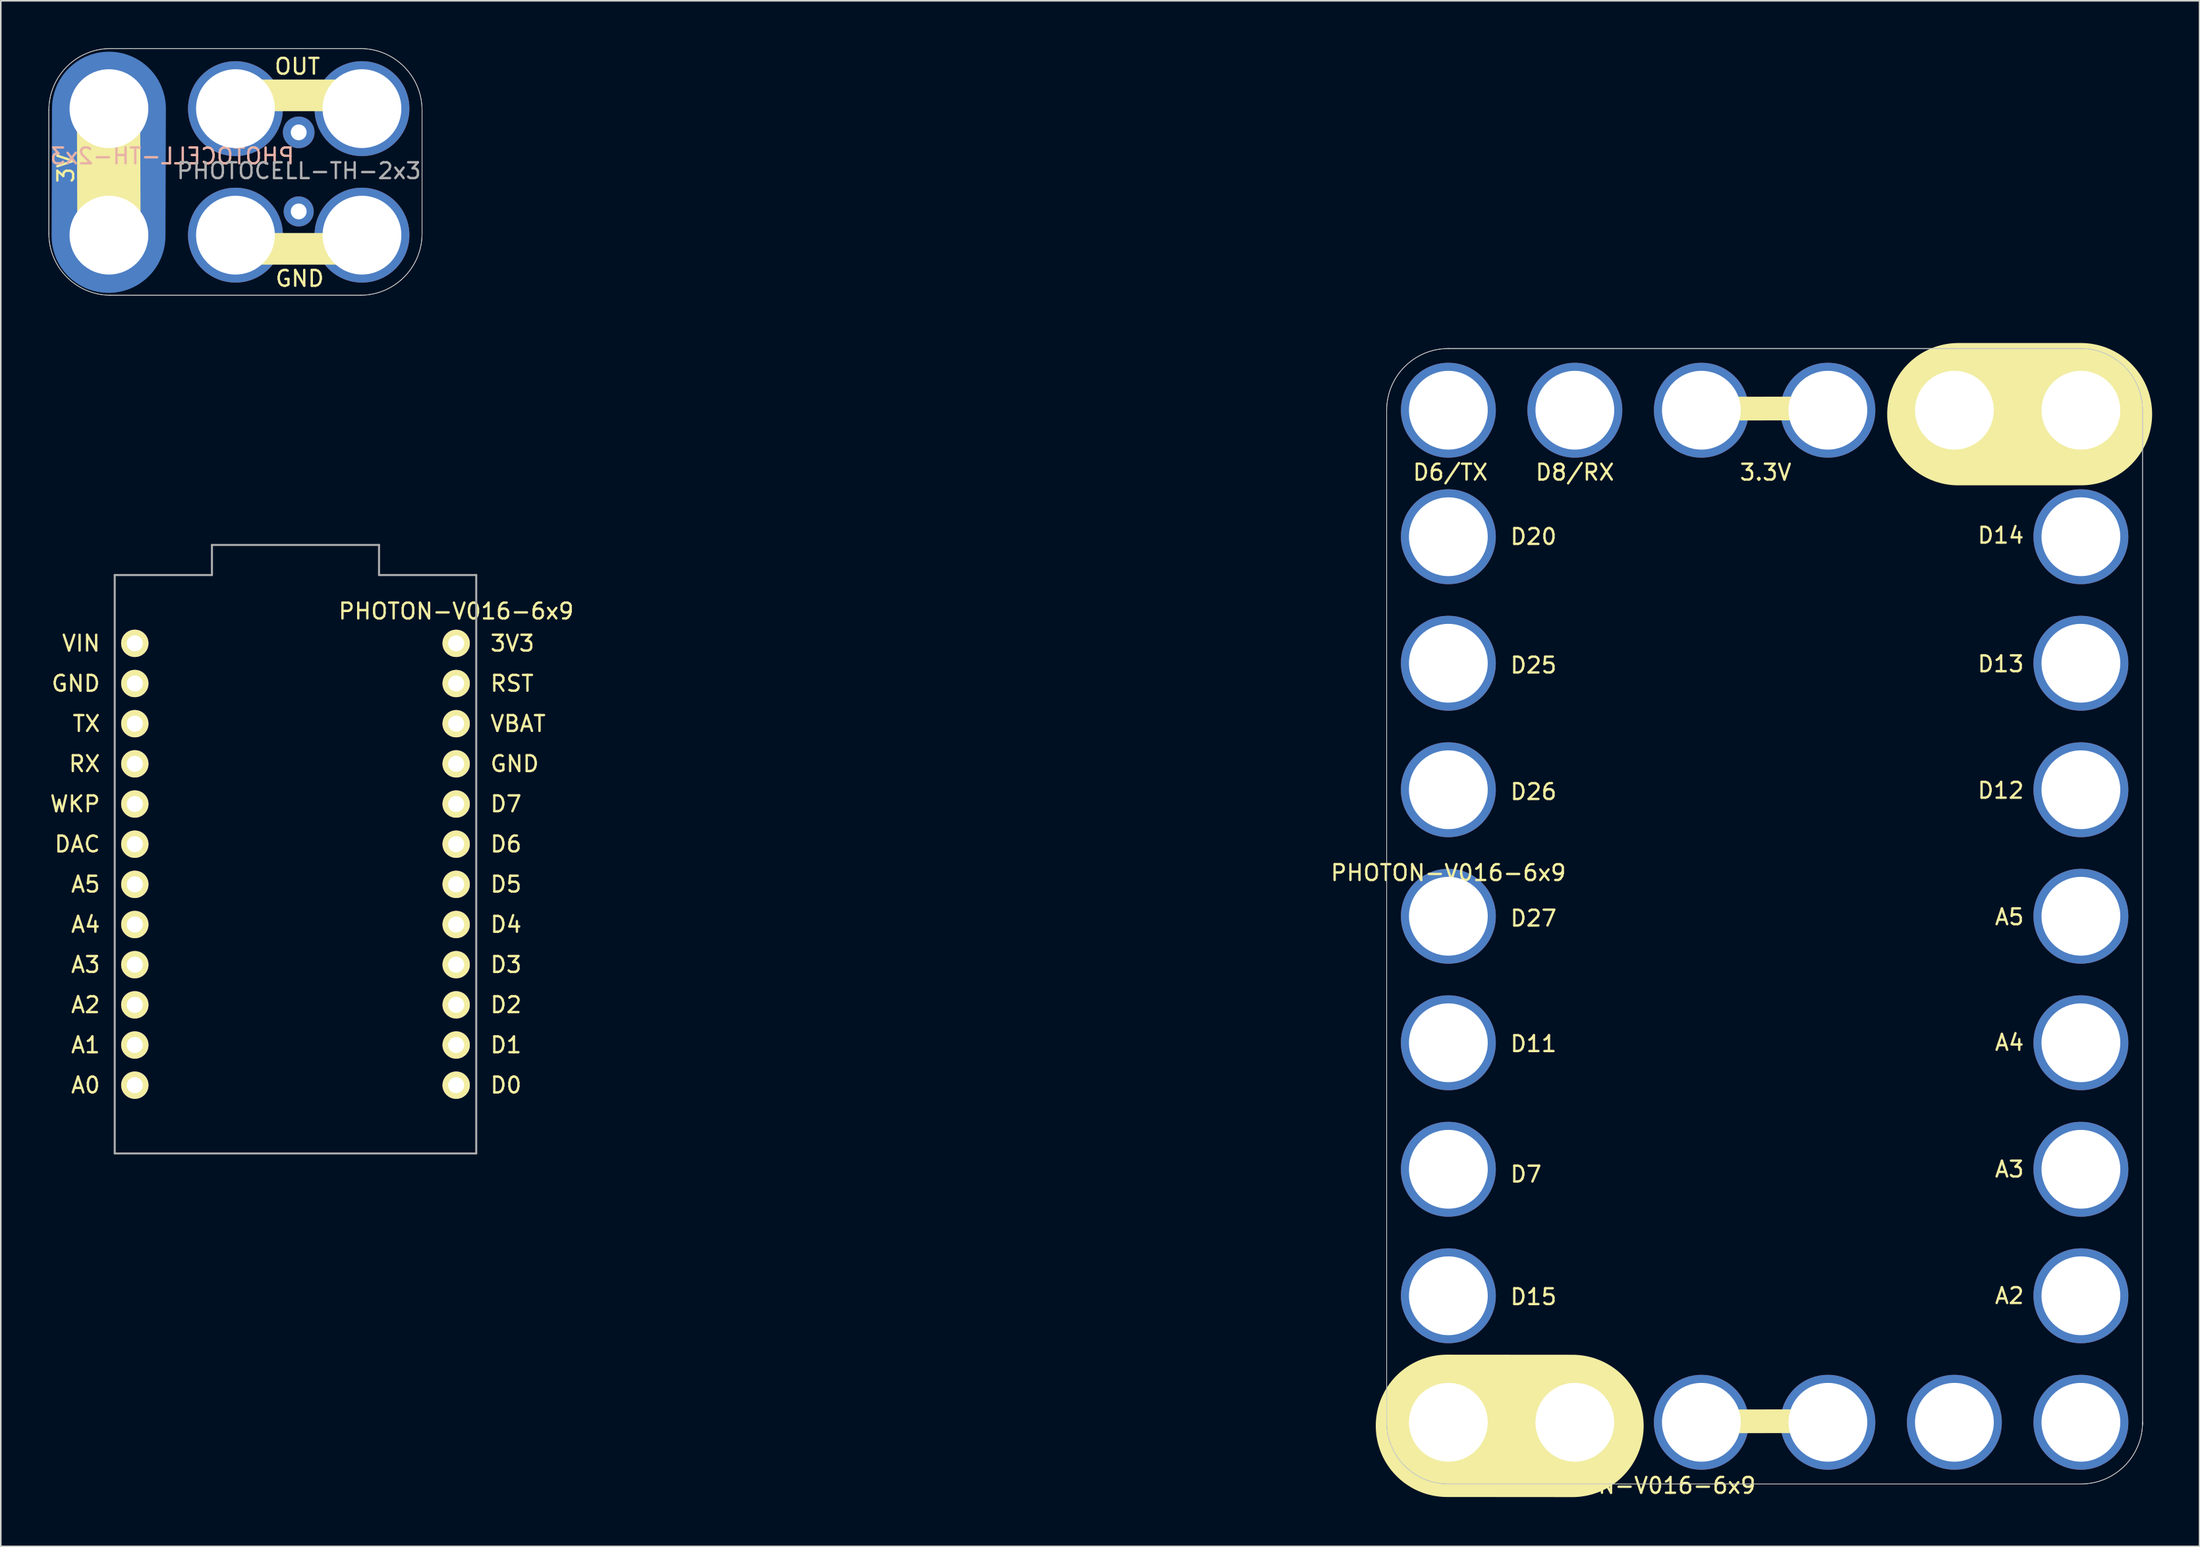
<source format=kicad_pcb>
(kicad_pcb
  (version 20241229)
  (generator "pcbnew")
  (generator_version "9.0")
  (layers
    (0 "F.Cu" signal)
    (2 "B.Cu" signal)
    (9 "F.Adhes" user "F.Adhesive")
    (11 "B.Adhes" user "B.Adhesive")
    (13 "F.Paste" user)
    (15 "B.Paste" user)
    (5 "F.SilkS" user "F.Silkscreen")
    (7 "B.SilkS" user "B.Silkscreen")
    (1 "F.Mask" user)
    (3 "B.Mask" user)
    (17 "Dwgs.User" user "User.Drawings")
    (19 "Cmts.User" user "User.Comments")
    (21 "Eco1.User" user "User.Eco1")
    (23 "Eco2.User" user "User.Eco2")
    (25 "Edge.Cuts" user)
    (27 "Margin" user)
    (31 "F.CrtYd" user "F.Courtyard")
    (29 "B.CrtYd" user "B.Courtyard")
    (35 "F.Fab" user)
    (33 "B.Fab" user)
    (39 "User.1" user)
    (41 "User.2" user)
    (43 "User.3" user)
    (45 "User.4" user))
  (footprint "PHOTOCELL-TH-2x3"
    (layer "F.Cu")
    (at 11.839 11.82)
    (property "Reference" "PHOTOCELL-TH-2x3" (at -4 -5 0) (layer "B.SilkS") (effects (font (size 1 1) (thickness 0.15)) (justify mirror)))
    (attr through_hole)
    (fp_line (start -8.026 0.051) (end -8 -8) (stroke (width 7.2) (type solid)) (layer "B.Cu"))
    (fp_line (start -8.026 -8.026) (end -8 0) (stroke (width 4) (type solid)) (layer "F.SilkS"))
    (fp_line (start 0 -8.839) (end 8.077 -8.839) (stroke (width 2) (type solid)) (layer "F.SilkS"))
    (fp_line (start 0 0.864) (end 8.026 0.864) (stroke (width 2) (type solid)) (layer "F.SilkS"))
    (fp_line (start -11.8 -0.1) (end -11.8 -7.9) (stroke (width 0.041) (type solid)) (layer "Edge.Cuts"))
    (fp_line (start 7.9 -11.8) (end -7.9 -11.8) (stroke (width 0.041) (type solid)) (layer "Edge.Cuts"))
    (fp_line (start 7.9 3.8) (end -7.9 3.8) (stroke (width 0.041) (type solid)) (layer "Edge.Cuts"))
    (fp_line (start 11.8 -0.1) (end 11.8 -7.9) (stroke (width 0.041) (type solid)) (layer "Edge.Cuts"))
    (fp_arc (start -11.8 -7.9) (mid -10.657716 -10.657716) (end -7.9 -11.8) (stroke (width 0.04064) (type solid)) (layer "Edge.Cuts"))
    (fp_arc (start -7.9 3.8) (mid -10.657716 2.657716) (end -11.8 -0.1) (stroke (width 0.04064) (type solid)) (layer "Edge.Cuts"))
    (fp_arc (start 7.9 -11.8) (mid 10.657716 -10.657716) (end 11.8 -7.9) (stroke (width 0.04064) (type solid)) (layer "Edge.Cuts"))
    (fp_arc (start 11.8 -0.1) (mid 10.657716 2.657716) (end 7.9 3.8) (stroke (width 0.04064) (type solid)) (layer "Edge.Cuts"))
    (fp_line (start -11.8 -0.1) (end -11.8 -7.9) (stroke (width 0.041) (type solid)) (layer "F.Fab"))
    (fp_line (start 7.9 -11.8) (end -7.9 -11.8) (stroke (width 0.041) (type solid)) (layer "F.Fab"))
    (fp_line (start 7.9 3.8) (end -7.9 3.8) (stroke (width 0.041) (type solid)) (layer "F.Fab"))
    (fp_line (start 11.8 -0.1) (end 11.8 -7.9) (stroke (width 0.041) (type solid)) (layer "F.Fab"))
    (fp_arc (start -11.8 -7.9) (mid -10.657716 -10.657716) (end -7.9 -11.8) (stroke (width 0.04064) (type solid)) (layer "F.Fab"))
    (fp_arc (start -7.9 3.8) (mid -10.657716 2.657716) (end -11.8 -0.1) (stroke (width 0.04064) (type solid)) (layer "F.Fab"))
    (fp_arc (start 7.9 -11.8) (mid 10.657716 -10.657716) (end 11.8 -7.9) (stroke (width 0.04064) (type solid)) (layer "F.Fab"))
    (fp_arc (start 11.8 -0.1) (mid 10.657716 2.657716) (end 7.9 3.8) (stroke (width 0.04064) (type solid)) (layer "F.Fab"))
    (fp_text user "OUT" (at 3.912 -10.668 0) (layer "F.SilkS") (effects (font (size 1 1) (thickness 0.15))))
    (fp_text user "3V" (at -10.719 -4.216 270) (layer "F.SilkS") (effects (font (size 1 1) (thickness 0.15))))
    (fp_text user "GND" (at 4.064 2.743 0) (layer "F.SilkS") (effects (font (size 1 1) (thickness 0.15))))
    (fp_text user "${REFERENCE}" (at 4.013 -4.064 0) (layer "F.Fab") (effects (font (size 1 1) (thickness 0.15))))
    (pad "+" thru_hole circle (at 4 -6.5) (size 2 2) (drill 1.001) (layers "*.Cu" "B.Mask"))
    (pad "2" thru_hole circle (at 0 -8) (size 6 6) (drill 4.98) (layers "*.Cu" "B.Mask"))
    (pad "2" thru_hole circle (at 8 -8) (size 6 6) (drill 4.98) (layers "*.Cu" "F.Mask"))
    (pad "3V" thru_hole circle (at -8 -8) (size 6 6) (drill 4.98) (layers "*.Cu" "B.Mask"))
    (pad "3V" thru_hole circle (at -8 0) (size 6 6) (drill 4.98) (layers "*.Cu" "B.Mask"))
    (pad "GND" thru_hole circle (at 0 0) (size 6 6) (drill 4.98) (layers "*.Cu" "B.Mask"))
    (pad "GND" thru_hole circle (at 4 -1.5 270) (size 1.9 1.9) (drill 1.001) (layers "*.Cu" "B.Mask"))
    (pad "GND" thru_hole circle (at 8 0) (size 6 6) (drill 4.98) (layers "*.Cu" "F.Mask")))
  (footprint "PHOTON-V016-6x9"
    (layer "F.Cu")
    (at 15.635 69.891)
    (property "Reference" "PHOTON-V016-6x9" (at 84.9 21 0) (layer "F.SilkS") (effects (font (size 1 1) (thickness 0.15))))
    (attr through_hole)
    (fp_line (start 80.75 17.23) (end 72.81 17.224) (stroke (width 9) (type solid)) (layer "F.SilkS"))
    (fp_line (start 88.37 -47.1) (end 97.09 -47.11) (stroke (width 1.5) (type solid)) (layer "F.SilkS"))
    (fp_line (start 88.59 16.94) (end 97.31 16.93) (stroke (width 1.5) (type solid)) (layer "F.SilkS"))
    (fp_line (start 105.15 -46.75) (end 112.904 -46.75) (stroke (width 9) (type solid)) (layer "F.SilkS"))
    (fp_line (start 69 -47.1) (end 69 17) (stroke (width 0.041) (type solid)) (layer "Edge.Cuts"))
    (fp_line (start 72.9 20.9) (end 112.9 20.9) (stroke (width 0.041) (type solid)) (layer "Edge.Cuts"))
    (fp_line (start 112.9 -50.9) (end 72.9 -50.9) (stroke (width 0.041) (type solid)) (layer "Edge.Cuts"))
    (fp_line (start 116.8 17.1) (end 116.8 -47) (stroke (width 0.041) (type solid)) (layer "Edge.Cuts"))
    (fp_arc (start 69 -47) (mid 70.142284 -49.757716) (end 72.9 -50.9) (stroke (width 0.04064) (type solid)) (layer "Edge.Cuts"))
    (fp_arc (start 72.9 20.9) (mid 70.144691 19.760122) (end 69.000006 17.006807) (stroke (width 0.04064) (type solid)) (layer "Edge.Cuts"))
    (fp_arc (start 112.9 -50.9) (mid 115.655309 -49.760122) (end 116.799994 -47.006807) (stroke (width 0.04064) (type solid)) (layer "Edge.Cuts"))
    (fp_arc (start 116.8 17) (mid 115.657716 19.757716) (end 112.9 20.9) (stroke (width 0.04064) (type solid)) (layer "Edge.Cuts"))
    (fp_line (start -11.43 0) (end -11.43 -36.576) (stroke (width 0.127) (type solid)) (layer "F.Fab"))
    (fp_line (start -11.43 0) (end 11.43 0) (stroke (width 0.127) (type solid)) (layer "F.Fab"))
    (fp_line (start -5.283 -36.576) (end -11.43 -36.576) (stroke (width 0.127) (type solid)) (layer "F.Fab"))
    (fp_line (start -5.283 -36.576) (end -5.283 -38.481) (stroke (width 0.127) (type solid)) (layer "F.Fab"))
    (fp_line (start 5.283 -38.481) (end -5.283 -38.481) (stroke (width 0.127) (type solid)) (layer "F.Fab"))
    (fp_line (start 5.283 -36.576) (end 5.283 -38.481) (stroke (width 0.127) (type solid)) (layer "F.Fab"))
    (fp_line (start 5.283 -36.576) (end 11.43 -36.576) (stroke (width 0.127) (type solid)) (layer "F.Fab"))
    (fp_line (start 11.43 0) (end 11.43 -36.576) (stroke (width 0.127) (type solid)) (layer "F.Fab"))
    (fp_line (start 69 -47) (end 69 17) (stroke (width 0.041) (type solid)) (layer "F.Fab"))
    (fp_line (start 72.9 20.9) (end 112.9 20.9) (stroke (width 0.041) (type solid)) (layer "F.Fab"))
    (fp_line (start 112.9 -50.9) (end 72.9 -50.9) (stroke (width 0.041) (type solid)) (layer "F.Fab"))
    (fp_line (start 116.8 17.2) (end 116.8 -47) (stroke (width 0.041) (type solid)) (layer "F.Fab"))
    (fp_arc (start 69 -47) (mid 70.142284 -49.757716) (end 72.9 -50.9) (stroke (width 0.04064) (type solid)) (layer "F.Fab"))
    (fp_arc (start 72.9 20.9) (mid 70.144691 19.760122) (end 69.000006 17.006807) (stroke (width 0.04064) (type solid)) (layer "F.Fab"))
    (fp_arc (start 112.9 -50.9) (mid 115.655309 -49.760122) (end 116.799994 -47.006807) (stroke (width 0.04064) (type solid)) (layer "F.Fab"))
    (fp_arc (start 116.8 17) (mid 115.657716 19.757716) (end 112.9 20.9) (stroke (width 0.04064) (type solid)) (layer "F.Fab"))
    (fp_text user "A4" (at 108.381 -7.014 0) (layer "F.SilkS") (effects (font (size 1 1) (thickness 0.15))))
    (fp_text user "A5" (at -13.272 -17.018 0) (layer "F.SilkS") (effects (font (size 1 1) (thickness 0.15))))
    (fp_text user "D25" (at 78.286 -30.873 0) (layer "F.SilkS") (effects (font (size 1 1) (thickness 0.15))))
    (fp_text user "D26" (at 78.286 -22.873 0) (layer "F.SilkS") (effects (font (size 1 1) (thickness 0.15))))
    (fp_text user "D14" (at 107.833 -39.084 0) (layer "F.SilkS") (effects (font (size 1 1) (thickness 0.15))))
    (fp_text user "D7" (at 13.311 -22.098 0) (layer "F.SilkS") (effects (font (size 1 1) (thickness 0.15))))
    (fp_text user "D3" (at 13.311 -11.938 0) (layer "F.SilkS") (effects (font (size 1 1) (thickness 0.15))))
    (fp_text user "A2" (at 108.381 9 0) (layer "F.SilkS") (effects (font (size 1 1) (thickness 0.15))))
    (fp_text user "D0" (at 13.311 -4.318 0) (layer "F.SilkS") (effects (font (size 1 1) (thickness 0.15))))
    (fp_text user "D11" (at 78.286 -6.933 0) (layer "F.SilkS") (effects (font (size 1 1) (thickness 0.15))))
    (fp_text user "A2" (at -13.272 -9.398 0) (layer "F.SilkS") (effects (font (size 1 1) (thickness 0.15))))
    (fp_text user "VBAT" (at 14.073 -27.178 0) (layer "F.SilkS") (effects (font (size 1 1) (thickness 0.15))))
    (fp_text user "${REFERENCE}" (at 72.9 -17.75 0) (layer "F.SilkS") (effects (font (size 1 1) (thickness 0.15))))
    (fp_text user "D4" (at 13.311 -14.478 0) (layer "F.SilkS") (effects (font (size 1 1) (thickness 0.15))))
    (fp_text user "RST" (at 13.692 -29.718 0) (layer "F.SilkS") (effects (font (size 1 1) (thickness 0.15))))
    (fp_text user "D6" (at 13.311 -19.558 0) (layer "F.SilkS") (effects (font (size 1 1) (thickness 0.15))))
    (fp_text user "DAC" (at -13.796 -19.558 0) (layer "F.SilkS") (effects (font (size 1 1) (thickness 0.15))))
    (fp_text user "D12" (at 107.833 -22.954 0) (layer "F.SilkS") (effects (font (size 1 1) (thickness 0.15))))
    (fp_text user "A1" (at -13.272 -6.858 0) (layer "F.SilkS") (effects (font (size 1 1) (thickness 0.15))))
    (fp_text user "D20" (at 78.286 -39.003 0) (layer "F.SilkS") (effects (font (size 1 1) (thickness 0.15))))
    (fp_text user "D8/RX" (at 80.901 -43.072 0) (layer "F.SilkS") (effects (font (size 1 1) (thickness 0.15))))
    (fp_text user "D6/TX" (at 73.027 -43.072 0) (layer "F.SilkS") (effects (font (size 1 1) (thickness 0.15))))
    (fp_text user "D7" (at 77.81 1.317 0) (layer "F.SilkS") (effects (font (size 1 1) (thickness 0.15))))
    (fp_text user "A5" (at 108.381 -14.954 0) (layer "F.SilkS") (effects (font (size 1 1) (thickness 0.15))))
    (fp_text user "A4" (at -13.272 -14.478 0) (layer "F.SilkS") (effects (font (size 1 1) (thickness 0.15))))
    (fp_text user "D2" (at 13.311 -9.398 0) (layer "F.SilkS") (effects (font (size 1 1) (thickness 0.15))))
    (fp_text user "GND" (at -13.891 -29.718 0) (layer "F.SilkS") (effects (font (size 1 1) (thickness 0.15))))
    (fp_text user "3.3V" (at 92.963 -43.072 180) (layer "F.SilkS") (effects (font (size 1 1) (thickness 0.15))))
    (fp_text user "D5" (at 13.311 -17.018 0) (layer "F.SilkS") (effects (font (size 1 1) (thickness 0.15))))
    (fp_text user "TX" (at -13.224 -27.178 0) (layer "F.SilkS") (effects (font (size 1 1) (thickness 0.15))))
    (fp_text user "VIN" (at -13.557 -32.258 0) (layer "F.SilkS") (effects (font (size 1 1) (thickness 0.15))))
    (fp_text user "A3" (at 108.381 1 0) (layer "F.SilkS") (effects (font (size 1 1) (thickness 0.15))))
    (fp_text user "A0" (at -13.272 -4.318 0) (layer "F.SilkS") (effects (font (size 1 1) (thickness 0.15))))
    (fp_text user "WKP" (at -13.938 -22.098 0) (layer "F.SilkS") (effects (font (size 1 1) (thickness 0.15))))
    (fp_text user "${REFERENCE}" (at 10.16 -34.29 0) (layer "F.SilkS") (effects (font (size 1 1) (thickness 0.15))))
    (fp_text user "3V3" (at 13.716 -32.258 0) (layer "F.SilkS") (effects (font (size 1 1) (thickness 0.15))))
    (fp_text user "D13" (at 107.833 -30.954 0) (layer "F.SilkS") (effects (font (size 1 1) (thickness 0.15))))
    (fp_text user "RX" (at -13.343 -24.638 0) (layer "F.SilkS") (effects (font (size 1 1) (thickness 0.15))))
    (fp_text user "D15" (at 78.286 9.067 0) (layer "F.SilkS") (effects (font (size 1 1) (thickness 0.15))))
    (fp_text user "GND" (at 13.859 -24.638 0) (layer "F.SilkS") (effects (font (size 1 1) (thickness 0.15))))
    (fp_text user "D1" (at 13.311 -6.858 0) (layer "F.SilkS") (effects (font (size 1 1) (thickness 0.15))))
    (fp_text user "D27" (at 78.286 -14.873 0) (layer "F.SilkS") (effects (font (size 1 1) (thickness 0.15))))
    (fp_text user "A3" (at -13.272 -11.938 0) (layer "F.SilkS") (effects (font (size 1 1) (thickness 0.15))))
    (pad "2" thru_hole circle (at 72.9 -31 90) (size 6 6) (drill 4.98) (layers "*.Cu" "*.Mask"))
    (pad "3" thru_hole circle (at 72.9 -23 90) (size 6 6) (drill 4.98) (layers "*.Cu" "*.Mask"))
    (pad "3V" thru_hole circle (at 88.9 -47 90) (size 6 6) (drill 4.98) (layers "*.Cu" "*.Mask"))
    (pad "3V" thru_hole circle (at 88.9 17 90) (size 6 6) (drill 4.98) (layers "*.Cu" "*.Mask"))
    (pad "3V" thru_hole circle (at 96.9 -47 90) (size 6 6) (drill 4.98) (layers "*.Cu" "*.Mask"))
    (pad "3V" thru_hole circle (at 96.9 17 90) (size 6 6) (drill 4.98) (layers "*.Cu" "*.Mask"))
    (pad "3V3" thru_hole circle (at 10.16 -32.258) (size 1.727 1.727) (drill 1.016) (layers "*.Cu" "*.Mask" "F.SilkS"))
    (pad "4" thru_hole circle (at 72.901 -15 90) (size 6 6) (drill 4.98) (layers "*.Cu" "*.Mask"))
    (pad "5" thru_hole circle (at 112.9 -7 90) (size 6 6) (drill 4.98) (layers "*.Cu" "*.Mask"))
    (pad "6" thru_hole circle (at 112.9 -15 90) (size 6 6) (drill 4.98) (layers "*.Cu" "*.Mask"))
    (pad "15" thru_hole circle (at 112.9 17 90) (size 6 6) (drill 4.98) (layers "*.Cu" "*.Mask"))
    (pad "17" thru_hole circle (at 112.9 9 90) (size 6 6) (drill 4.98) (layers "*.Cu" "*.Mask"))
    (pad "18" thru_hole circle (at 112.9 1 90) (size 6 6) (drill 4.98) (layers "*.Cu" "*.Mask"))
    (pad "19" thru_hole circle (at 72.901 -47 90) (size 6 6) (drill 4.98) (layers "*.Cu" "*.Mask"))
    (pad "20" thru_hole circle (at 72.901 1 90) (size 6 6) (drill 4.98) (layers "*.Cu" "*.Mask"))
    (pad "21" thru_hole circle (at 80.9 -47 90) (size 6 6) (drill 4.98) (layers "*.Cu" "*.Mask"))
    (pad "25" thru_hole circle (at 72.9 -7 90) (size 6 6) (drill 4.98) (layers "*.Cu" "*.Mask"))
    (pad "26" thru_hole circle (at 112.9 -23 90) (size 6 6) (drill 4.98) (layers "*.Cu" "*.Mask"))
    (pad "27" thru_hole circle (at 112.9 -31 90) (size 6 6) (drill 4.98) (layers "*.Cu" "*.Mask"))
    (pad "28" thru_hole circle (at 112.9 -39 90) (size 6 6) (drill 4.98) (layers "*.Cu" "*.Mask"))
    (pad "29" thru_hole circle (at 72.901 9 90) (size 6 6) (drill 4.98) (layers "*.Cu" "*.Mask"))
    (pad "34" thru_hole circle (at 72.9 -39 90) (size 6 6) (drill 4.98) (layers "*.Cu" "*.Mask"))
    (pad "35" thru_hole circle (at 104.9 17 90) (size 6 6) (drill 4.98) (layers "*.Cu" "*.Mask"))
    (pad "A0" thru_hole circle (at -10.16 -4.318) (size 1.727 1.727) (drill 1.016) (layers "*.Cu" "*.Mask" "F.SilkS"))
    (pad "A1" thru_hole circle (at -10.16 -6.858) (size 1.727 1.727) (drill 1.016) (layers "*.Cu" "*.Mask" "F.SilkS"))
    (pad "A2" thru_hole circle (at -10.16 -9.398) (size 1.727 1.727) (drill 1.016) (layers "*.Cu" "*.Mask" "F.SilkS"))
    (pad "A3" thru_hole circle (at -10.16 -11.938) (size 1.727 1.727) (drill 1.016) (layers "*.Cu" "*.Mask" "F.SilkS"))
    (pad "A4" thru_hole circle (at -10.16 -14.478) (size 1.727 1.727) (drill 1.016) (layers "*.Cu" "*.Mask" "F.SilkS"))
    (pad "A5" thru_hole circle (at -10.16 -17.018) (size 1.727 1.727) (drill 1.016) (layers "*.Cu" "*.Mask" "F.SilkS"))
    (pad "D0" thru_hole circle (at 10.16 -4.318) (size 1.727 1.727) (drill 1.016) (layers "*.Cu" "*.Mask" "F.SilkS"))
    (pad "D1" thru_hole circle (at 10.16 -6.858) (size 1.727 1.727) (drill 1.016) (layers "*.Cu" "*.Mask" "F.SilkS"))
    (pad "D2" thru_hole circle (at 10.16 -9.398) (size 1.727 1.727) (drill 1.016) (layers "*.Cu" "*.Mask" "F.SilkS"))
    (pad "D3" thru_hole circle (at 10.16 -11.938) (size 1.727 1.727) (drill 1.016) (layers "*.Cu" "*.Mask" "F.SilkS"))
    (pad "D4" thru_hole circle (at 10.16 -14.478) (size 1.727 1.727) (drill 1.016) (layers "*.Cu" "*.Mask" "F.SilkS"))
    (pad "D5" thru_hole circle (at 10.16 -17.018) (size 1.727 1.727) (drill 1.016) (layers "*.Cu" "*.Mask" "F.SilkS"))
    (pad "D6" thru_hole circle (at 10.16 -19.558) (size 1.727 1.727) (drill 1.016) (layers "*.Cu" "*.Mask" "F.SilkS"))
    (pad "D7" thru_hole circle (at 10.16 -22.098) (size 1.727 1.727) (drill 1.016) (layers "*.Cu" "*.Mask" "F.SilkS"))
    (pad "DAC" thru_hole circle (at -10.16 -19.558) (size 1.727 1.727) (drill 1.016) (layers "*.Cu" "*.Mask" "F.SilkS"))
    (pad "GND" thru_hole circle (at -10.16 -29.718) (size 1.727 1.727) (drill 1.016) (layers "*.Cu" "*.Mask" "F.SilkS"))
    (pad "GND" thru_hole circle (at 10.16 -24.638) (size 1.727 1.727) (drill 1.016) (layers "*.Cu" "*.Mask" "F.SilkS"))
    (pad "GND" thru_hole circle (at 72.901 17 90) (size 6 6) (drill 4.98) (layers "*.Cu" "*.Mask"))
    (pad "GND" thru_hole circle (at 80.9 17 90) (size 6 6) (drill 4.98) (layers "*.Cu" "*.Mask"))
    (pad "GND" thru_hole circle (at 104.9 -47 90) (size 6 6) (drill 4.98) (layers "*.Cu" "*.Mask"))
    (pad "GND" thru_hole circle (at 112.9 -47 90) (size 6 6) (drill 4.98) (layers "*.Cu" "*.Mask"))
    (pad "RST" thru_hole circle (at 10.16 -29.718) (size 1.727 1.727) (drill 1.016) (layers "*.Cu" "*.Mask" "F.SilkS"))
    (pad "RX" thru_hole circle (at -10.16 -24.638) (size 1.727 1.727) (drill 1.016) (layers "*.Cu" "*.Mask" "F.SilkS"))
    (pad "TX" thru_hole circle (at -10.16 -27.178) (size 1.727 1.727) (drill 1.016) (layers "*.Cu" "*.Mask" "F.SilkS"))
    (pad "VBAT" thru_hole circle (at 10.16 -27.178) (size 1.727 1.727) (drill 1.016) (layers "*.Cu" "*.Mask" "F.SilkS"))
    (pad "VIN" thru_hole circle (at -10.16 -32.258) (size 1.727 1.727) (drill 1.016) (layers "*.Cu" "*.Mask" "F.SilkS"))
    (pad "WKP" thru_hole circle (at -10.16 -22.098) (size 1.727 1.727) (drill 1.016) (layers "*.Cu" "*.Mask" "F.SilkS")))
  (gr_rect
    (start -3 -3)
    (end 136.039 94.739)
    (stroke (width 0.1) (type default))
    (fill no)
    (layer "Edge.Cuts")))
</source>
